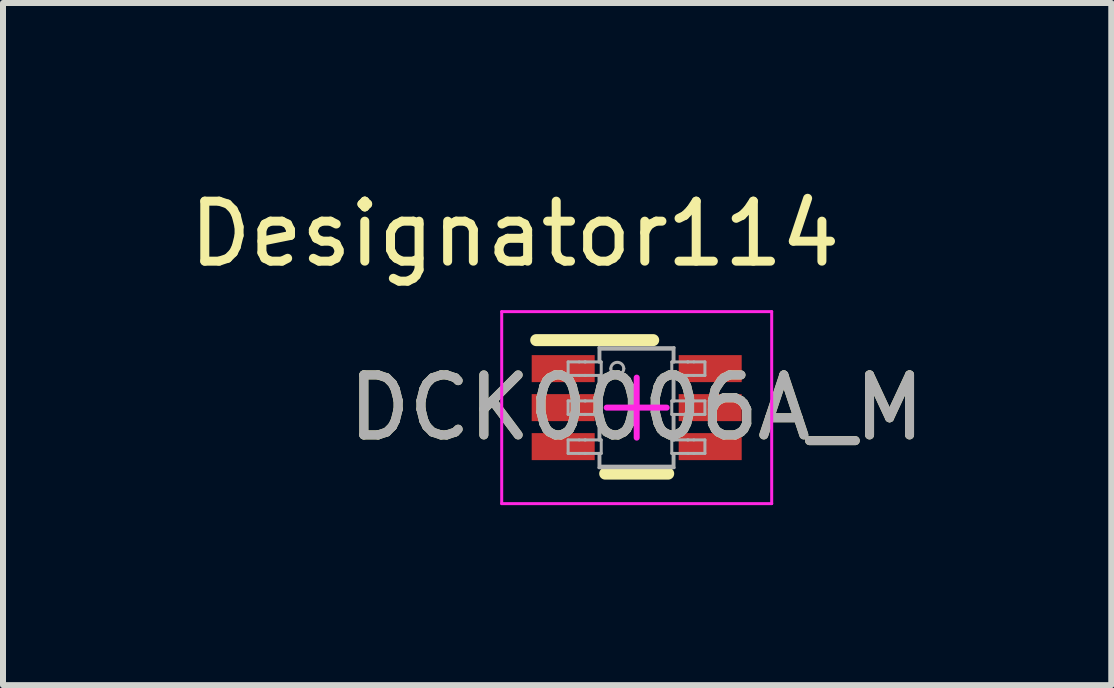
<source format=kicad_pcb>
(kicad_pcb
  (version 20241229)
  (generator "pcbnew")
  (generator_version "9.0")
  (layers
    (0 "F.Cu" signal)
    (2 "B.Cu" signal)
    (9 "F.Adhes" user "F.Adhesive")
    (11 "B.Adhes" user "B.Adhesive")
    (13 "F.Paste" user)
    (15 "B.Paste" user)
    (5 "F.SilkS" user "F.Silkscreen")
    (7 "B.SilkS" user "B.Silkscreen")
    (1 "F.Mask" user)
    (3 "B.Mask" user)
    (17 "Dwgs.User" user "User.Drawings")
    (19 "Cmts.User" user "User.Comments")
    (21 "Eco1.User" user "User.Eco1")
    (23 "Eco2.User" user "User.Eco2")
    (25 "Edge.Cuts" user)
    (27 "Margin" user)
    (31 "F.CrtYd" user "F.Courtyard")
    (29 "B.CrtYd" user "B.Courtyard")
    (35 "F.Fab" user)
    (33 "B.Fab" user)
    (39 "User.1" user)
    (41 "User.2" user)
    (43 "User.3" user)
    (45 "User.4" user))
  (footprint "DCK0006A_M"
    (layer "F.Cu")
    (at 7.562 3.744)
    (property "Reference" "DCK0006A_M" (at 0 0 0) (unlocked yes) (layer "F.SilkS") (effects (font (size 1 1) (thickness 0.15))))
    (attr smd)
    (fp_line (start -1.675 -1.125) (end 0.275 -1.125) (stroke (width 0.2) (type solid)) (layer "F.SilkS"))
    (fp_line (start -0.525 1.1) (end 0.525 1.1) (stroke (width 0.2) (type solid)) (layer "F.SilkS"))
    (fp_line (start -2.25 -1.6) (end 2.25 -1.6) (stroke (width 0.05) (type solid)) (layer "F.CrtYd"))
    (fp_line (start -2.25 1.6) (end -2.25 -1.6) (stroke (width 0.05) (type solid)) (layer "F.CrtYd"))
    (fp_line (start -2.25 1.6) (end 2.25 1.6) (stroke (width 0.05) (type solid)) (layer "F.CrtYd"))
    (fp_line (start -0.5 0) (end 0.5 0) (stroke (width 0.1) (type solid)) (layer "F.CrtYd"))
    (fp_line (start -0.000003 0.5) (end -0.000003 -0.5) (stroke (width 0.1) (type solid)) (layer "F.CrtYd"))
    (fp_line (start 2.25 1.6) (end 2.25 -1.6) (stroke (width 0.05) (type solid)) (layer "F.CrtYd"))
    (fp_line (start -1.143 -0.762) (end -0.959 -0.762) (stroke (width 0.05) (type solid)) (layer "F.Fab"))
    (fp_line (start -1.143 -0.537) (end -1.143 -0.762) (stroke (width 0.05) (type solid)) (layer "F.Fab"))
    (fp_line (start -1.143 -0.537) (end -0.959 -0.537) (stroke (width 0.05) (type solid)) (layer "F.Fab"))
    (fp_line (start -1.143 -0.112) (end -0.959 -0.112) (stroke (width 0.05) (type solid)) (layer "F.Fab"))
    (fp_line (start -1.143 0.113) (end -1.143 -0.112) (stroke (width 0.05) (type solid)) (layer "F.Fab"))
    (fp_line (start -1.143 0.113) (end -0.959 0.113) (stroke (width 0.05) (type solid)) (layer "F.Fab"))
    (fp_line (start -1.143 0.538) (end -0.959 0.538) (stroke (width 0.05) (type solid)) (layer "F.Fab"))
    (fp_line (start -1.143 0.763) (end -1.143 0.538) (stroke (width 0.05) (type solid)) (layer "F.Fab"))
    (fp_line (start -1.143 0.763) (end -0.959 0.763) (stroke (width 0.05) (type solid)) (layer "F.Fab"))
    (fp_line (start -0.959 -0.762) (end -0.865 -0.762) (stroke (width 0.05) (type solid)) (layer "F.Fab"))
    (fp_line (start -0.959 -0.537) (end -0.865 -0.537) (stroke (width 0.05) (type solid)) (layer "F.Fab"))
    (fp_line (start -0.959 -0.112) (end -0.865 -0.112) (stroke (width 0.05) (type solid)) (layer "F.Fab"))
    (fp_line (start -0.959 0.113) (end -0.865 0.113) (stroke (width 0.05) (type solid)) (layer "F.Fab"))
    (fp_line (start -0.959 0.538) (end -0.865 0.538) (stroke (width 0.05) (type solid)) (layer "F.Fab"))
    (fp_line (start -0.959 0.763) (end -0.865 0.763) (stroke (width 0.05) (type solid)) (layer "F.Fab"))
    (fp_line (start -0.865 -0.762) (end -0.853 -0.762) (stroke (width 0.05) (type solid)) (layer "F.Fab"))
    (fp_line (start -0.865 -0.537) (end -0.853 -0.537) (stroke (width 0.05) (type solid)) (layer "F.Fab"))
    (fp_line (start -0.865 -0.112) (end -0.853 -0.112) (stroke (width 0.05) (type solid)) (layer "F.Fab"))
    (fp_line (start -0.865 0.113) (end -0.853 0.113) (stroke (width 0.05) (type solid)) (layer "F.Fab"))
    (fp_line (start -0.865 0.538) (end -0.853 0.538) (stroke (width 0.05) (type solid)) (layer "F.Fab"))
    (fp_line (start -0.865 0.763) (end -0.853 0.763) (stroke (width 0.05) (type solid)) (layer "F.Fab"))
    (fp_line (start -0.853 -0.762) (end -0.628 -0.762) (stroke (width 0.05) (type solid)) (layer "F.Fab"))
    (fp_line (start -0.853 -0.537) (end -0.628 -0.537) (stroke (width 0.05) (type solid)) (layer "F.Fab"))
    (fp_line (start -0.853 -0.112) (end -0.628 -0.112) (stroke (width 0.05) (type solid)) (layer "F.Fab"))
    (fp_line (start -0.853 0.113) (end -0.628 0.113) (stroke (width 0.05) (type solid)) (layer "F.Fab"))
    (fp_line (start -0.853 0.538) (end -0.628 0.538) (stroke (width 0.05) (type solid)) (layer "F.Fab"))
    (fp_line (start -0.853 0.763) (end -0.628 0.763) (stroke (width 0.05) (type solid)) (layer "F.Fab"))
    (fp_line (start -0.628 -0.999) (end 0.622 -0.999) (stroke (width 0.05) (type solid)) (layer "F.Fab"))
    (fp_line (start -0.628 -0.762) (end -0.628 -0.999) (stroke (width 0.05) (type solid)) (layer "F.Fab"))
    (fp_line (start -0.628 -0.762) (end -0.591 -0.762) (stroke (width 0.05) (type solid)) (layer "F.Fab"))
    (fp_line (start -0.628 -0.537) (end -0.591 -0.537) (stroke (width 0.05) (type solid)) (layer "F.Fab"))
    (fp_line (start -0.628 -0.112) (end -0.628 -0.537) (stroke (width 0.05) (type solid)) (layer "F.Fab"))
    (fp_line (start -0.628 -0.112) (end -0.591 -0.112) (stroke (width 0.05) (type solid)) (layer "F.Fab"))
    (fp_line (start -0.628 0.113) (end -0.591 0.113) (stroke (width 0.05) (type solid)) (layer "F.Fab"))
    (fp_line (start -0.628 0.538) (end -0.628 0.113) (stroke (width 0.05) (type solid)) (layer "F.Fab"))
    (fp_line (start -0.628 0.538) (end -0.591 0.538) (stroke (width 0.05) (type solid)) (layer "F.Fab"))
    (fp_line (start -0.628 0.763) (end -0.591 0.763) (stroke (width 0.05) (type solid)) (layer "F.Fab"))
    (fp_line (start -0.628 1.001) (end -0.628 0.763) (stroke (width 0.05) (type solid)) (layer "F.Fab"))
    (fp_line (start -0.628 1.001) (end 0.622 1.001) (stroke (width 0.05) (type solid)) (layer "F.Fab"))
    (fp_line (start -0.613 -0.974) (end 0.607 -0.974) (stroke (width 0.05) (type solid)) (layer "F.Fab"))
    (fp_line (start -0.613 -0.762) (end -0.613 -0.974) (stroke (width 0.05) (type solid)) (layer "F.Fab"))
    (fp_line (start -0.613 -0.112) (end -0.613 -0.537) (stroke (width 0.05) (type solid)) (layer "F.Fab"))
    (fp_line (start -0.613 0.538) (end -0.613 0.113) (stroke (width 0.05) (type solid)) (layer "F.Fab"))
    (fp_line (start -0.613 0.976) (end -0.613 0.763) (stroke (width 0.05) (type solid)) (layer "F.Fab"))
    (fp_line (start -0.613 0.976) (end 0.607 0.976) (stroke (width 0.05) (type solid)) (layer "F.Fab"))
    (fp_line (start -0.591 -0.537) (end -0.591 -0.762) (stroke (width 0.05) (type solid)) (layer "F.Fab"))
    (fp_line (start -0.591 0.113) (end -0.591 -0.112) (stroke (width 0.05) (type solid)) (layer "F.Fab"))
    (fp_line (start -0.591 0.763) (end -0.591 0.538) (stroke (width 0.05) (type solid)) (layer "F.Fab"))
    (fp_line (start 0.585 -0.762) (end 0.622 -0.762) (stroke (width 0.05) (type solid)) (layer "F.Fab"))
    (fp_line (start 0.585 -0.537) (end 0.585 -0.762) (stroke (width 0.05) (type solid)) (layer "F.Fab"))
    (fp_line (start 0.585 -0.537) (end 0.622 -0.537) (stroke (width 0.05) (type solid)) (layer "F.Fab"))
    (fp_line (start 0.585 -0.112) (end 0.622 -0.112) (stroke (width 0.05) (type solid)) (layer "F.Fab"))
    (fp_line (start 0.585 0.113) (end 0.585 -0.112) (stroke (width 0.05) (type solid)) (layer "F.Fab"))
    (fp_line (start 0.585 0.113) (end 0.622 0.113) (stroke (width 0.05) (type solid)) (layer "F.Fab"))
    (fp_line (start 0.585 0.538) (end 0.622 0.538) (stroke (width 0.05) (type solid)) (layer "F.Fab"))
    (fp_line (start 0.585 0.763) (end 0.585 0.538) (stroke (width 0.05) (type solid)) (layer "F.Fab"))
    (fp_line (start 0.585 0.763) (end 0.622 0.763) (stroke (width 0.05) (type solid)) (layer "F.Fab"))
    (fp_line (start 0.607 -0.762) (end 0.607 -0.974) (stroke (width 0.05) (type solid)) (layer "F.Fab"))
    (fp_line (start 0.607 -0.112) (end 0.607 -0.537) (stroke (width 0.05) (type solid)) (layer "F.Fab"))
    (fp_line (start 0.607 0.538) (end 0.607 0.113) (stroke (width 0.05) (type solid)) (layer "F.Fab"))
    (fp_line (start 0.607 0.976) (end 0.607 0.763) (stroke (width 0.05) (type solid)) (layer "F.Fab"))
    (fp_line (start 0.622 -0.762) (end 0.622 -0.999) (stroke (width 0.05) (type solid)) (layer "F.Fab"))
    (fp_line (start 0.622 -0.762) (end 0.847 -0.762) (stroke (width 0.05) (type solid)) (layer "F.Fab"))
    (fp_line (start 0.622 -0.537) (end 0.847 -0.537) (stroke (width 0.05) (type solid)) (layer "F.Fab"))
    (fp_line (start 0.622 -0.112) (end 0.622 -0.537) (stroke (width 0.05) (type solid)) (layer "F.Fab"))
    (fp_line (start 0.622 -0.112) (end 0.847 -0.112) (stroke (width 0.05) (type solid)) (layer "F.Fab"))
    (fp_line (start 0.622 0.113) (end 0.847 0.113) (stroke (width 0.05) (type solid)) (layer "F.Fab"))
    (fp_line (start 0.622 0.538) (end 0.622 0.113) (stroke (width 0.05) (type solid)) (layer "F.Fab"))
    (fp_line (start 0.622 0.538) (end 0.847 0.538) (stroke (width 0.05) (type solid)) (layer "F.Fab"))
    (fp_line (start 0.622 0.763) (end 0.847 0.763) (stroke (width 0.05) (type solid)) (layer "F.Fab"))
    (fp_line (start 0.622 1.001) (end 0.622 0.763) (stroke (width 0.05) (type solid)) (layer "F.Fab"))
    (fp_line (start 0.847 -0.762) (end 0.859 -0.762) (stroke (width 0.05) (type solid)) (layer "F.Fab"))
    (fp_line (start 0.847 -0.537) (end 0.859 -0.537) (stroke (width 0.05) (type solid)) (layer "F.Fab"))
    (fp_line (start 0.847 -0.112) (end 0.859 -0.112) (stroke (width 0.05) (type solid)) (layer "F.Fab"))
    (fp_line (start 0.847 0.113) (end 0.859 0.113) (stroke (width 0.05) (type solid)) (layer "F.Fab"))
    (fp_line (start 0.847 0.538) (end 0.859 0.538) (stroke (width 0.05) (type solid)) (layer "F.Fab"))
    (fp_line (start 0.847 0.763) (end 0.859 0.763) (stroke (width 0.05) (type solid)) (layer "F.Fab"))
    (fp_line (start 0.859 -0.762) (end 0.953 -0.762) (stroke (width 0.05) (type solid)) (layer "F.Fab"))
    (fp_line (start 0.859 -0.537) (end 0.953 -0.537) (stroke (width 0.05) (type solid)) (layer "F.Fab"))
    (fp_line (start 0.859 -0.112) (end 0.953 -0.112) (stroke (width 0.05) (type solid)) (layer "F.Fab"))
    (fp_line (start 0.859 0.113) (end 0.953 0.113) (stroke (width 0.05) (type solid)) (layer "F.Fab"))
    (fp_line (start 0.859 0.538) (end 0.953 0.538) (stroke (width 0.05) (type solid)) (layer "F.Fab"))
    (fp_line (start 0.859 0.763) (end 0.953 0.763) (stroke (width 0.05) (type solid)) (layer "F.Fab"))
    (fp_line (start 0.953 -0.762) (end 1.137 -0.762) (stroke (width 0.05) (type solid)) (layer "F.Fab"))
    (fp_line (start 0.953 -0.537) (end 1.137 -0.537) (stroke (width 0.05) (type solid)) (layer "F.Fab"))
    (fp_line (start 0.953 -0.112) (end 1.137 -0.112) (stroke (width 0.05) (type solid)) (layer "F.Fab"))
    (fp_line (start 0.953 0.113) (end 1.137 0.113) (stroke (width 0.05) (type solid)) (layer "F.Fab"))
    (fp_line (start 0.953 0.538) (end 1.137 0.538) (stroke (width 0.05) (type solid)) (layer "F.Fab"))
    (fp_line (start 0.953 0.763) (end 1.137 0.763) (stroke (width 0.05) (type solid)) (layer "F.Fab"))
    (fp_line (start 1.137 -0.537) (end 1.137 -0.762) (stroke (width 0.05) (type solid)) (layer "F.Fab"))
    (fp_line (start 1.137 0.113) (end 1.137 -0.112) (stroke (width 0.05) (type solid)) (layer "F.Fab"))
    (fp_line (start 1.137 0.763) (end 1.137 0.538) (stroke (width 0.05) (type solid)) (layer "F.Fab"))
    (fp_arc (start -0.431546 -0.650138) (mid -0.323177 -0.758507) (end -0.214808 -0.650138) (stroke (width 0.05) (type solid)) (layer "F.Fab"))
    (fp_arc (start -0.214808 -0.650138) (mid -0.323177 -0.541769) (end -0.431546 -0.650138) (stroke (width 0.05) (type solid)) (layer "F.Fab"))
    (fp_text user "Designator114" (at -2.032 -2.896 0) (unlocked yes) (layer "F.SilkS") (effects (font (size 1 1) (thickness 0.15))))
    (fp_text user "${REFERENCE}" (at 0 0 0) (unlocked yes) (layer "F.Fab") (effects (font (size 1 1) (thickness 0.15))))
    (pad "1" smd rect (at -1.225 -0.65 90) (size 0.45 1.05) (layers "F.Cu" "F.Mask" "F.Paste"))
    (pad "2" smd rect (at -1.225 0 90) (size 0.45 1.05) (layers "F.Cu" "F.Mask" "F.Paste"))
    (pad "3" smd rect (at -1.225 0.65 90) (size 0.45 1.05) (layers "F.Cu" "F.Mask" "F.Paste"))
    (pad "4" smd rect (at 1.225 0.65 90) (size 0.45 1.05) (layers "F.Cu" "F.Mask" "F.Paste"))
    (pad "5" smd rect (at 1.225 0 90) (size 0.45 1.05) (layers "F.Cu" "F.Mask" "F.Paste"))
    (pad "6" smd rect (at 1.225 -0.65 90) (size 0.45 1.05) (layers "F.Cu" "F.Mask" "F.Paste")))
  (gr_rect
    (start -3 -3)
    (end 15.472 8.369)
    (stroke (width 0.1) (type default))
    (fill no)
    (layer "Edge.Cuts")))
</source>
